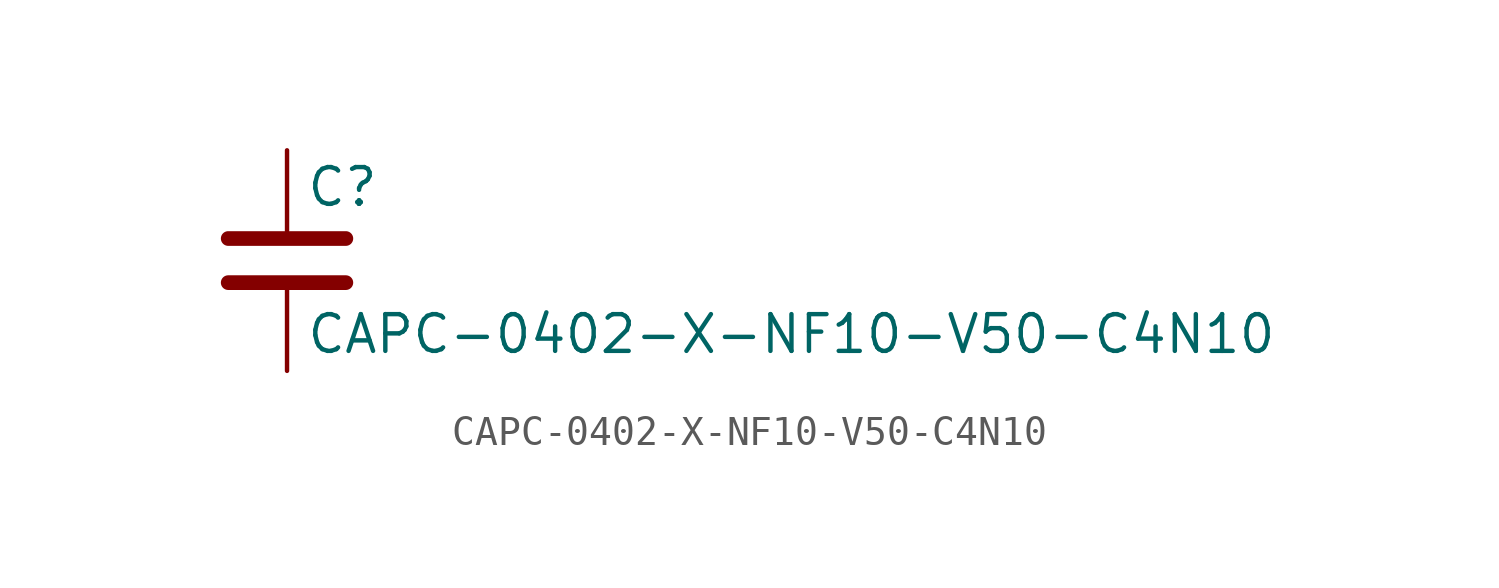
<source format=kicad_sym>
(kicad_symbol_lib
  (version 20211014)
  (generator kicad_symbol_editor)
  (symbol "CAPC-0402-X-NF10-V50-C4N10"
    (pin_numbers hide)
    (pin_names
      (offset 0.254))
    (property "Reference" "C"
      (at 0.635 2.54 0)
      (effects (font (size 1.27 1.27)) (justify left)))
    (property "Value" "CAPC-0402-X-NF10-V50-C4N10"
      (at 0.635 -2.54 0)
      (effects (font (size 1.27 1.27)) (justify left)))
    (symbol "CAPC-0402-X-NF10-V50-C4N10_0_1"
      (polyline (pts (xy -2.032 -0.762) (xy 2.032 -0.762)) (stroke (width 0.508) (type default) (color 0 0 0 0)) (fill (type none)))
      (polyline (pts (xy -2.032 0.762) (xy 2.032 0.762)) (stroke (width 0.508) (type default) (color 0 0 0 0)) (fill (type none))))
    (symbol "CAPC-0402-X-NF10-V50-C4N10_1_1"
      (pin passive line (at 0 3.81 270) (length 2.794) (name "~" (effects (font (size 1.27 1.27)))) (number "1" (effects (font (size 1.27 1.27)))))
      (pin passive line (at 0 -3.81 90) (length 2.794) (name "~" (effects (font (size 1.27 1.27)))) (number "2" (effects (font (size 1.27 1.27))))))))
</source>
